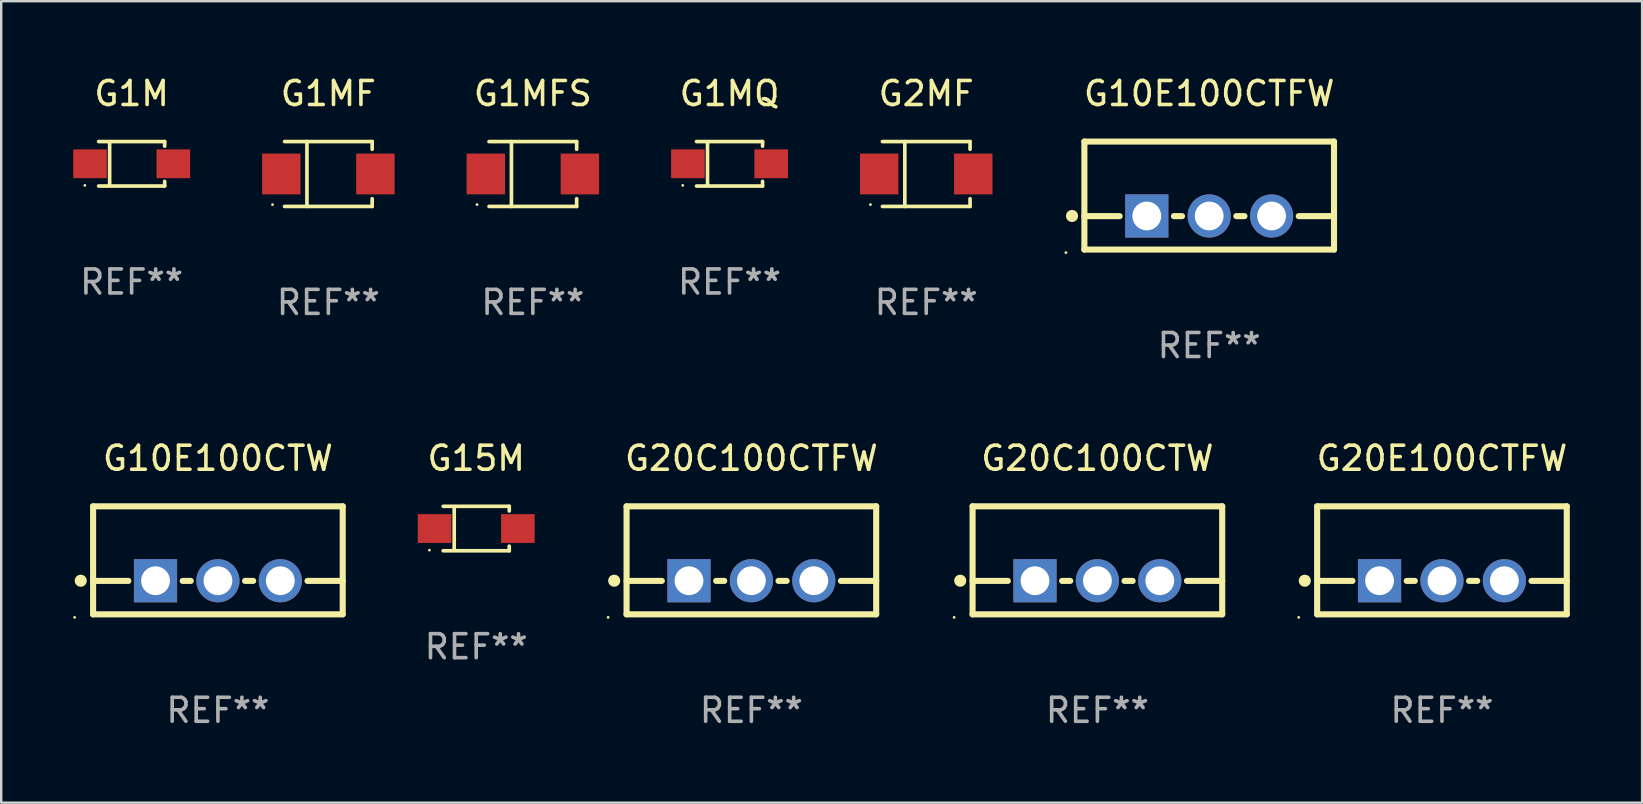
<source format=kicad_pcb>
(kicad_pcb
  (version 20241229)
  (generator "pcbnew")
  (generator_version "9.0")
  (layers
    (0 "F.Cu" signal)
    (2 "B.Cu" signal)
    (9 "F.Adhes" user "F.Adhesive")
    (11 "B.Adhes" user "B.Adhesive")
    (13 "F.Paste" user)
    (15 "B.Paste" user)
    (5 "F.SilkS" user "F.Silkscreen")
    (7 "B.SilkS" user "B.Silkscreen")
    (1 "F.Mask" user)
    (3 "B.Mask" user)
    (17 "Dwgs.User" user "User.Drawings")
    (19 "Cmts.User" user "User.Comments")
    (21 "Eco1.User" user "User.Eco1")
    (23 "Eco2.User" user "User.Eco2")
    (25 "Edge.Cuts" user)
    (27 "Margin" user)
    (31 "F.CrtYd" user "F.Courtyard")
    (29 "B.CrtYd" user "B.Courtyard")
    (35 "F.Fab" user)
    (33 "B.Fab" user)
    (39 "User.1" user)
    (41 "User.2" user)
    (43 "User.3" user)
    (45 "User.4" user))
  (footprint "G10E100CTW"
    (layer "F.Cu")
    (at 6.029 20.295)
    (property "Reference" "G10E100CTW" (at 0 -4.25 0) (layer "F.SilkS") (effects (font (size 1 1) (thickness 0.15))))
    (attr through_hole)
    (fp_line (start -5.2 -2.25) (end -5.2 2.25) (stroke (width 0.254) (type solid)) (layer "F.SilkS"))
    (fp_line (start -5.2 -2.25) (end 5.2 -2.25) (stroke (width 0.254) (type solid)) (layer "F.SilkS"))
    (fp_line (start -5.2 0.857) (end -3.731 0.857) (stroke (width 0.254) (type solid)) (layer "F.SilkS"))
    (fp_line (start -5.2 2.25) (end 5.2 2.25) (stroke (width 0.254) (type solid)) (layer "F.SilkS"))
    (fp_line (start -1.469 0.857) (end -1.131 0.857) (stroke (width 0.254) (type solid)) (layer "F.SilkS"))
    (fp_line (start 1.131 0.857) (end 1.469 0.857) (stroke (width 0.254) (type solid)) (layer "F.SilkS"))
    (fp_line (start 3.731 0.857) (end 5.2 0.857) (stroke (width 0.254) (type solid)) (layer "F.SilkS"))
    (fp_line (start 5.2 -2.25) (end 5.2 2.25) (stroke (width 0.254) (type solid)) (layer "F.SilkS"))
    (fp_circle (center -5.969 2.377) (end -5.939 2.377) (stroke (width 0.06) (type solid)) (fill no) (layer "F.SilkS"))
    (fp_circle (center -5.715 0.85) (end -5.588 0.85) (stroke (width 0.254) (type solid)) (fill no) (layer "F.SilkS"))
    (fp_text user "REF**" (at 0 6.25 0) (layer "F.Fab") (effects (font (size 1 1) (thickness 0.15))))
    (pad "1" thru_hole rect (at -2.6 0.85) (size 1.8 1.8) (drill 1.2) (layers "*.Cu" "*.Mask"))
    (pad "2" thru_hole circle (at 0 0.85) (size 1.8 1.8) (drill 1.2) (layers "*.Cu" "*.Mask"))
    (pad "3" thru_hole circle (at 2.6 0.85) (size 1.8 1.8) (drill 1.2) (layers "*.Cu" "*.Mask")))
  (footprint "G10E100CTFW"
    (layer "F.Cu")
    (at 47.329 5.098)
    (property "Reference" "G10E100CTFW" (at 0 -4.25 0) (layer "F.SilkS") (effects (font (size 1 1) (thickness 0.15))))
    (attr through_hole)
    (fp_line (start -5.2 -2.25) (end -5.2 2.25) (stroke (width 0.254) (type solid)) (layer "F.SilkS"))
    (fp_line (start -5.2 -2.25) (end 5.2 -2.25) (stroke (width 0.254) (type solid)) (layer "F.SilkS"))
    (fp_line (start -5.2 0.857) (end -3.731 0.857) (stroke (width 0.254) (type solid)) (layer "F.SilkS"))
    (fp_line (start -5.2 2.25) (end 5.2 2.25) (stroke (width 0.254) (type solid)) (layer "F.SilkS"))
    (fp_line (start -1.469 0.857) (end -1.131 0.857) (stroke (width 0.254) (type solid)) (layer "F.SilkS"))
    (fp_line (start 1.131 0.857) (end 1.469 0.857) (stroke (width 0.254) (type solid)) (layer "F.SilkS"))
    (fp_line (start 3.731 0.857) (end 5.2 0.857) (stroke (width 0.254) (type solid)) (layer "F.SilkS"))
    (fp_line (start 5.2 -2.25) (end 5.2 2.25) (stroke (width 0.254) (type solid)) (layer "F.SilkS"))
    (fp_circle (center -5.969 2.377) (end -5.939 2.377) (stroke (width 0.06) (type solid)) (fill no) (layer "F.SilkS"))
    (fp_circle (center -5.715 0.85) (end -5.588 0.85) (stroke (width 0.254) (type solid)) (fill no) (layer "F.SilkS"))
    (fp_text user "REF**" (at 0 6.25 0) (layer "F.Fab") (effects (font (size 1 1) (thickness 0.15))))
    (pad "1" thru_hole rect (at -2.6 0.85) (size 1.8 1.8) (drill 1.2) (layers "*.Cu" "*.Mask"))
    (pad "2" thru_hole circle (at 0 0.85) (size 1.8 1.8) (drill 1.2) (layers "*.Cu" "*.Mask"))
    (pad "3" thru_hole circle (at 2.6 0.85) (size 1.8 1.8) (drill 1.2) (layers "*.Cu" "*.Mask")))
  (footprint "G15M"
    (layer "F.Cu")
    (at 16.791 18.971)
    (property "Reference" "G15M" (at 0 -2.926 0) (layer "F.SilkS") (effects (font (size 1 1) (thickness 0.15))))
    (attr through_hole)
    (fp_line (start -1.376 -0.926) (end 1.376 -0.926) (stroke (width 0.152) (type solid)) (layer "F.SilkS"))
    (fp_line (start -1.376 0.926) (end 1.376 0.926) (stroke (width 0.152) (type solid)) (layer "F.SilkS"))
    (fp_line (start -0.917 -0.876) (end -0.917 0.876) (stroke (width 0.152) (type solid)) (layer "F.SilkS"))
    (fp_line (start 1.376 -0.926) (end 1.376 -0.733) (stroke (width 0.152) (type solid)) (layer "F.SilkS"))
    (fp_line (start 1.376 0.926) (end 1.376 0.733) (stroke (width 0.152) (type solid)) (layer "F.SilkS"))
    (fp_circle (center -1.95 0.9) (end -1.92 0.9) (stroke (width 0.06) (type solid)) (fill no) (layer "F.SilkS"))
    (fp_text user "REF**" (at 0 4.926 0) (layer "F.Fab") (effects (font (size 1 1) (thickness 0.15))))
    (pad "1" smd rect (at -1.735 0) (size 1.4 1.2) (layers "F.Cu" "F.Mask" "F.Paste"))
    (pad "2" smd rect (at 1.735 0) (size 1.4 1.2) (layers "F.Cu" "F.Mask" "F.Paste")))
  (footprint "G2MF"
    (layer "F.Cu")
    (at 35.54 4.199)
    (property "Reference" "G2MF" (at 0 -3.351 0) (layer "F.SilkS") (effects (font (size 1 1) (thickness 0.15))))
    (attr through_hole)
    (fp_line (start -1.826 -1.351) (end 1.826 -1.351) (stroke (width 0.152) (type solid)) (layer "F.SilkS"))
    (fp_line (start -1.826 1.351) (end 1.826 1.351) (stroke (width 0.152) (type solid)) (layer "F.SilkS"))
    (fp_line (start -0.892 -1.351) (end -0.892 1.351) (stroke (width 0.152) (type solid)) (layer "F.SilkS"))
    (fp_line (start 1.826 -1.351) (end 1.826 -1.03) (stroke (width 0.152) (type solid)) (layer "F.SilkS"))
    (fp_line (start 1.826 1.03) (end 1.826 1.351) (stroke (width 0.152) (type solid)) (layer "F.SilkS"))
    (fp_circle (center -2.325 1.275) (end -2.295 1.275) (stroke (width 0.06) (type solid)) (fill no) (layer "F.SilkS"))
    (fp_text user "REF**" (at 0 5.351 0) (layer "F.Fab") (effects (font (size 1 1) (thickness 0.15))))
    (pad "1" smd rect (at -1.96 0 180) (size 1.6 1.7) (layers "F.Cu" "F.Mask" "F.Paste"))
    (pad "2" smd rect (at 1.96 0 180) (size 1.6 1.7) (layers "F.Cu" "F.Mask" "F.Paste")))
  (footprint "G1MF"
    (layer "F.Cu")
    (at 10.63 4.199)
    (property "Reference" "G1MF" (at 0 -3.351 0) (layer "F.SilkS") (effects (font (size 1 1) (thickness 0.15))))
    (attr through_hole)
    (fp_line (start -1.826 -1.351) (end 1.826 -1.351) (stroke (width 0.152) (type solid)) (layer "F.SilkS"))
    (fp_line (start -1.826 1.351) (end 1.826 1.351) (stroke (width 0.152) (type solid)) (layer "F.SilkS"))
    (fp_line (start -0.892 -1.351) (end -0.892 1.351) (stroke (width 0.152) (type solid)) (layer "F.SilkS"))
    (fp_line (start 1.826 -1.351) (end 1.826 -1.03) (stroke (width 0.152) (type solid)) (layer "F.SilkS"))
    (fp_line (start 1.826 1.03) (end 1.826 1.351) (stroke (width 0.152) (type solid)) (layer "F.SilkS"))
    (fp_circle (center -2.325 1.275) (end -2.295 1.275) (stroke (width 0.06) (type solid)) (fill no) (layer "F.SilkS"))
    (fp_text user "REF**" (at 0 5.351 0) (layer "F.Fab") (effects (font (size 1 1) (thickness 0.15))))
    (pad "1" smd rect (at -1.96 0 180) (size 1.6 1.7) (layers "F.Cu" "F.Mask" "F.Paste"))
    (pad "2" smd rect (at 1.96 0 180) (size 1.6 1.7) (layers "F.Cu" "F.Mask" "F.Paste")))
  (footprint "G20C100CTFW"
    (layer "F.Cu")
    (at 28.255 20.295)
    (property "Reference" "G20C100CTFW" (at 0 -4.25 0) (layer "F.SilkS") (effects (font (size 1 1) (thickness 0.15))))
    (attr through_hole)
    (fp_line (start -5.2 -2.25) (end -5.2 2.25) (stroke (width 0.254) (type solid)) (layer "F.SilkS"))
    (fp_line (start -5.2 -2.25) (end 5.2 -2.25) (stroke (width 0.254) (type solid)) (layer "F.SilkS"))
    (fp_line (start -5.2 0.857) (end -3.731 0.857) (stroke (width 0.254) (type solid)) (layer "F.SilkS"))
    (fp_line (start -5.2 2.25) (end 5.2 2.25) (stroke (width 0.254) (type solid)) (layer "F.SilkS"))
    (fp_line (start -1.469 0.857) (end -1.131 0.857) (stroke (width 0.254) (type solid)) (layer "F.SilkS"))
    (fp_line (start 1.131 0.857) (end 1.469 0.857) (stroke (width 0.254) (type solid)) (layer "F.SilkS"))
    (fp_line (start 3.731 0.857) (end 5.2 0.857) (stroke (width 0.254) (type solid)) (layer "F.SilkS"))
    (fp_line (start 5.2 -2.25) (end 5.2 2.25) (stroke (width 0.254) (type solid)) (layer "F.SilkS"))
    (fp_circle (center -5.969 2.377) (end -5.939 2.377) (stroke (width 0.06) (type solid)) (fill no) (layer "F.SilkS"))
    (fp_circle (center -5.715 0.85) (end -5.588 0.85) (stroke (width 0.254) (type solid)) (fill no) (layer "F.SilkS"))
    (fp_text user "REF**" (at 0 6.25 0) (layer "F.Fab") (effects (font (size 1 1) (thickness 0.15))))
    (pad "1" thru_hole rect (at -2.6 0.85) (size 1.8 1.8) (drill 1.2) (layers "*.Cu" "*.Mask"))
    (pad "2" thru_hole circle (at 0 0.85) (size 1.8 1.8) (drill 1.2) (layers "*.Cu" "*.Mask"))
    (pad "3" thru_hole circle (at 2.6 0.85) (size 1.8 1.8) (drill 1.2) (layers "*.Cu" "*.Mask")))
  (footprint "G1MFS"
    (layer "F.Cu")
    (at 19.15 4.199)
    (property "Reference" "G1MFS" (at 0 -3.351 0) (layer "F.SilkS") (effects (font (size 1 1) (thickness 0.15))))
    (attr through_hole)
    (fp_line (start -1.826 -1.351) (end 1.826 -1.351) (stroke (width 0.152) (type solid)) (layer "F.SilkS"))
    (fp_line (start -1.826 1.351) (end 1.826 1.351) (stroke (width 0.152) (type solid)) (layer "F.SilkS"))
    (fp_line (start -0.892 -1.351) (end -0.892 1.351) (stroke (width 0.152) (type solid)) (layer "F.SilkS"))
    (fp_line (start 1.826 -1.351) (end 1.826 -1.03) (stroke (width 0.152) (type solid)) (layer "F.SilkS"))
    (fp_line (start 1.826 1.03) (end 1.826 1.351) (stroke (width 0.152) (type solid)) (layer "F.SilkS"))
    (fp_circle (center -2.325 1.275) (end -2.295 1.275) (stroke (width 0.06) (type solid)) (fill no) (layer "F.SilkS"))
    (fp_text user "REF**" (at 0 5.351 0) (layer "F.Fab") (effects (font (size 1 1) (thickness 0.15))))
    (pad "1" smd rect (at -1.96 0 180) (size 1.6 1.7) (layers "F.Cu" "F.Mask" "F.Paste"))
    (pad "2" smd rect (at 1.96 0 180) (size 1.6 1.7) (layers "F.Cu" "F.Mask" "F.Paste")))
  (footprint "G1MQ"
    (layer "F.Cu")
    (at 27.345 3.774)
    (property "Reference" "G1MQ" (at 0 -2.926 0) (layer "F.SilkS") (effects (font (size 1 1) (thickness 0.15))))
    (attr through_hole)
    (fp_line (start -1.376 -0.926) (end 1.376 -0.926) (stroke (width 0.152) (type solid)) (layer "F.SilkS"))
    (fp_line (start -1.376 0.926) (end 1.376 0.926) (stroke (width 0.152) (type solid)) (layer "F.SilkS"))
    (fp_line (start -0.917 -0.876) (end -0.917 0.876) (stroke (width 0.152) (type solid)) (layer "F.SilkS"))
    (fp_line (start 1.376 -0.926) (end 1.376 -0.733) (stroke (width 0.152) (type solid)) (layer "F.SilkS"))
    (fp_line (start 1.376 0.926) (end 1.376 0.733) (stroke (width 0.152) (type solid)) (layer "F.SilkS"))
    (fp_circle (center -1.95 0.9) (end -1.92 0.9) (stroke (width 0.06) (type solid)) (fill no) (layer "F.SilkS"))
    (fp_text user "REF**" (at 0 4.926 0) (layer "F.Fab") (effects (font (size 1 1) (thickness 0.15))))
    (pad "1" smd rect (at -1.735 0) (size 1.4 1.2) (layers "F.Cu" "F.Mask" "F.Paste"))
    (pad "2" smd rect (at 1.735 0) (size 1.4 1.2) (layers "F.Cu" "F.Mask" "F.Paste")))
  (footprint "G20E100CTFW"
    (layer "F.Cu")
    (at 57.027 20.295)
    (property "Reference" "G20E100CTFW" (at 0 -4.25 0) (layer "F.SilkS") (effects (font (size 1 1) (thickness 0.15))))
    (attr through_hole)
    (fp_line (start -5.2 -2.25) (end -5.2 2.25) (stroke (width 0.254) (type solid)) (layer "F.SilkS"))
    (fp_line (start -5.2 -2.25) (end 5.2 -2.25) (stroke (width 0.254) (type solid)) (layer "F.SilkS"))
    (fp_line (start -5.2 0.857) (end -3.731 0.857) (stroke (width 0.254) (type solid)) (layer "F.SilkS"))
    (fp_line (start -5.2 2.25) (end 5.2 2.25) (stroke (width 0.254) (type solid)) (layer "F.SilkS"))
    (fp_line (start -1.469 0.857) (end -1.131 0.857) (stroke (width 0.254) (type solid)) (layer "F.SilkS"))
    (fp_line (start 1.131 0.857) (end 1.469 0.857) (stroke (width 0.254) (type solid)) (layer "F.SilkS"))
    (fp_line (start 3.731 0.857) (end 5.2 0.857) (stroke (width 0.254) (type solid)) (layer "F.SilkS"))
    (fp_line (start 5.2 -2.25) (end 5.2 2.25) (stroke (width 0.254) (type solid)) (layer "F.SilkS"))
    (fp_circle (center -5.969 2.377) (end -5.939 2.377) (stroke (width 0.06) (type solid)) (fill no) (layer "F.SilkS"))
    (fp_circle (center -5.715 0.85) (end -5.588 0.85) (stroke (width 0.254) (type solid)) (fill no) (layer "F.SilkS"))
    (fp_text user "REF**" (at 0 6.25 0) (layer "F.Fab") (effects (font (size 1 1) (thickness 0.15))))
    (pad "1" thru_hole rect (at -2.6 0.85) (size 1.8 1.8) (drill 1.2) (layers "*.Cu" "*.Mask"))
    (pad "2" thru_hole circle (at 0 0.85) (size 1.8 1.8) (drill 1.2) (layers "*.Cu" "*.Mask"))
    (pad "3" thru_hole circle (at 2.6 0.85) (size 1.8 1.8) (drill 1.2) (layers "*.Cu" "*.Mask")))
  (footprint "G20C100CTW"
    (layer "F.Cu")
    (at 42.671 20.295)
    (property "Reference" "G20C100CTW" (at 0 -4.25 0) (layer "F.SilkS") (effects (font (size 1 1) (thickness 0.15))))
    (attr through_hole)
    (fp_line (start -5.2 -2.25) (end -5.2 2.25) (stroke (width 0.254) (type solid)) (layer "F.SilkS"))
    (fp_line (start -5.2 -2.25) (end 5.2 -2.25) (stroke (width 0.254) (type solid)) (layer "F.SilkS"))
    (fp_line (start -5.2 0.857) (end -3.731 0.857) (stroke (width 0.254) (type solid)) (layer "F.SilkS"))
    (fp_line (start -5.2 2.25) (end 5.2 2.25) (stroke (width 0.254) (type solid)) (layer "F.SilkS"))
    (fp_line (start -1.469 0.857) (end -1.131 0.857) (stroke (width 0.254) (type solid)) (layer "F.SilkS"))
    (fp_line (start 1.131 0.857) (end 1.469 0.857) (stroke (width 0.254) (type solid)) (layer "F.SilkS"))
    (fp_line (start 3.731 0.857) (end 5.2 0.857) (stroke (width 0.254) (type solid)) (layer "F.SilkS"))
    (fp_line (start 5.2 -2.25) (end 5.2 2.25) (stroke (width 0.254) (type solid)) (layer "F.SilkS"))
    (fp_circle (center -5.969 2.377) (end -5.939 2.377) (stroke (width 0.06) (type solid)) (fill no) (layer "F.SilkS"))
    (fp_circle (center -5.715 0.85) (end -5.588 0.85) (stroke (width 0.254) (type solid)) (fill no) (layer "F.SilkS"))
    (fp_text user "REF**" (at 0 6.25 0) (layer "F.Fab") (effects (font (size 1 1) (thickness 0.15))))
    (pad "1" thru_hole rect (at -2.6 0.85) (size 1.8 1.8) (drill 1.2) (layers "*.Cu" "*.Mask"))
    (pad "2" thru_hole circle (at 0 0.85) (size 1.8 1.8) (drill 1.2) (layers "*.Cu" "*.Mask"))
    (pad "3" thru_hole circle (at 2.6 0.85) (size 1.8 1.8) (drill 1.2) (layers "*.Cu" "*.Mask")))
  (footprint "G1M"
    (layer "F.Cu")
    (at 2.435 3.774)
    (property "Reference" "G1M" (at 0 -2.926 0) (layer "F.SilkS") (effects (font (size 1 1) (thickness 0.15))))
    (attr through_hole)
    (fp_line (start -1.376 -0.926) (end 1.376 -0.926) (stroke (width 0.152) (type solid)) (layer "F.SilkS"))
    (fp_line (start -1.376 0.926) (end 1.376 0.926) (stroke (width 0.152) (type solid)) (layer "F.SilkS"))
    (fp_line (start -0.917 -0.876) (end -0.917 0.876) (stroke (width 0.152) (type solid)) (layer "F.SilkS"))
    (fp_line (start 1.376 -0.926) (end 1.376 -0.733) (stroke (width 0.152) (type solid)) (layer "F.SilkS"))
    (fp_line (start 1.376 0.926) (end 1.376 0.733) (stroke (width 0.152) (type solid)) (layer "F.SilkS"))
    (fp_circle (center -1.95 0.9) (end -1.92 0.9) (stroke (width 0.06) (type solid)) (fill no) (layer "F.SilkS"))
    (fp_text user "REF**" (at 0 4.926 0) (layer "F.Fab") (effects (font (size 1 1) (thickness 0.15))))
    (pad "1" smd rect (at -1.735 0) (size 1.4 1.2) (layers "F.Cu" "F.Mask" "F.Paste"))
    (pad "2" smd rect (at 1.735 0) (size 1.4 1.2) (layers "F.Cu" "F.Mask" "F.Paste")))
  (gr_rect
    (start -3 -3)
    (end 65.366 30.393)
    (stroke (width 0.1) (type default))
    (fill no)
    (layer "Edge.Cuts")))
</source>
